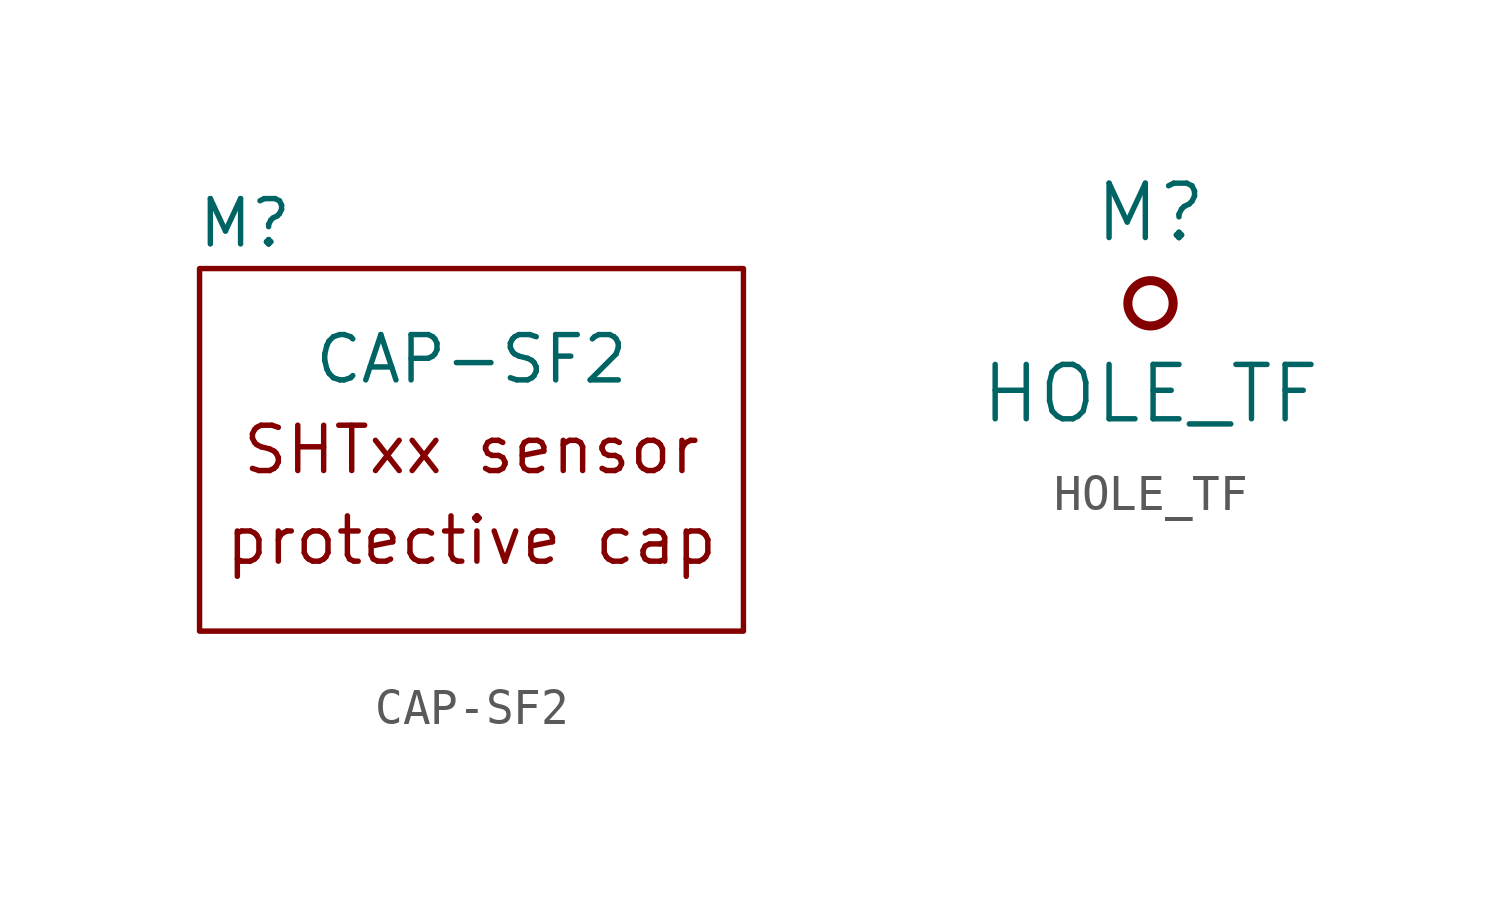
<source format=kicad_sym>
(kicad_symbol_lib
  (version 20211014)
  (generator kicad_symbol_editor)
  (symbol "CAP-SF2"
    (property "Reference" "M"
      (at -3.81 6.35 0)
      (effects (font (size 1.27 1.27))))
    (property "Value" "CAP-SF2"
      (at 2.54 2.54 0)
      (effects (font (size 1.27 1.27))))
    (symbol "CAP-SF2_0_0"
      (text "protective cap" (at 2.54 -2.54 0) (effects (font (size 1.27 1.27))))
      (text "SHTxx sensor" (at 2.54 0 0) (effects (font (size 1.27 1.27)))))
    (symbol "CAP-SF2_0_1"
      (rectangle (start -5.08 5.08) (end 10.16 -5.08) (stroke (width 0.152) (type default) (color 0 0 0 0)) (fill (type none)))))
  (symbol "HOLE_TF"
    (pin_numbers hide)
    (pin_names
      (offset 1.016) hide)
    (property "Reference" "M"
      (at 0 2.54 0)
      (effects (font (size 1.524 1.524))))
    (property "Value" "HOLE_TF"
      (at 0 -2.54 0)
      (effects (font (size 1.524 1.524))))
    (property "Datasheet" ""
      (at 0 0 0)
      (effects (font (size 1.524 1.524))))
    (symbol "HOLE_TF_0_1"
      (circle (center 0 0) (radius 0.635) (stroke (width 0.254) (type default) (color 0 0 0 0)) (fill (type none))))))
</source>
